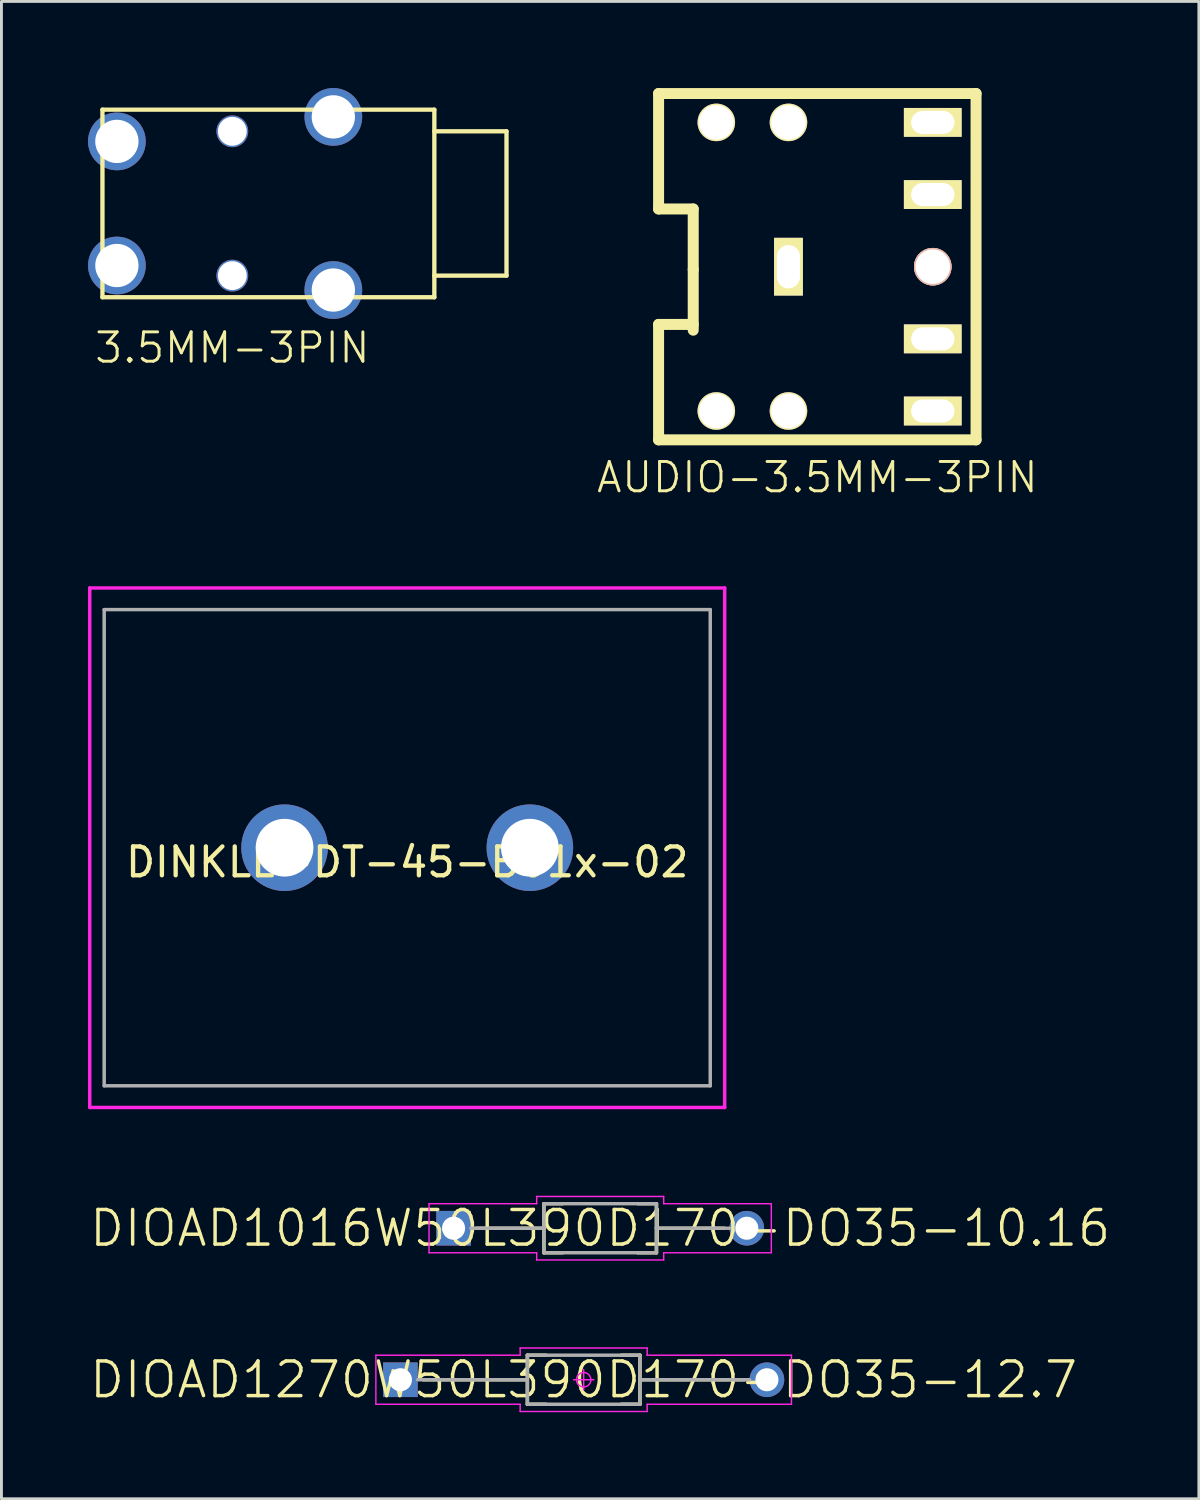
<source format=kicad_pcb>
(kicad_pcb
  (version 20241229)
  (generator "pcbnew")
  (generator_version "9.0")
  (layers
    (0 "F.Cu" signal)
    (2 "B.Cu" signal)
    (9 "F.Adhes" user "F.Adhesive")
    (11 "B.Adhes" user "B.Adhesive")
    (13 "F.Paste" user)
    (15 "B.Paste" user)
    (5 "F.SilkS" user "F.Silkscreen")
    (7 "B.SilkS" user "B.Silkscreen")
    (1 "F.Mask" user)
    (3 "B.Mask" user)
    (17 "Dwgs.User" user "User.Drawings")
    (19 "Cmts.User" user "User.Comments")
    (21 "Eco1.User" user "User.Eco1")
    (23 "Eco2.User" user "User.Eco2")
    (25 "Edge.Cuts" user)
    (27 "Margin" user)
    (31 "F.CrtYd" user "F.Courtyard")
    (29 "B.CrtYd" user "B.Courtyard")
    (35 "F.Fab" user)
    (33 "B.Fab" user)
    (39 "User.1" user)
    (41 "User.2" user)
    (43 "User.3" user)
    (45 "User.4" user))
  (footprint "DIOAD1270W50L390D170-DO35-12.7"
    (layer "F.Cu")
    (at 17.174 44.758)
    (property "Reference" "DIOAD1270W50L390D170-DO35-12.7" (at 0 0 0) (layer "F.SilkS") (effects (font (size 1.2 1.2) (thickness 0.12))))
    (attr through_hole)
    (fp_line (start -1.95 -0.85) (end -1.95 0.85) (stroke (width 0.12) (type solid)) (layer "F.SilkS"))
    (fp_line (start -1.95 0) (end -5.57 0) (stroke (width 0.12) (type solid)) (layer "F.SilkS"))
    (fp_line (start -1.95 0.85) (end -1.3 0.85) (stroke (width 0.12) (type solid)) (layer "F.SilkS"))
    (fp_line (start -1.3 -0.85) (end -1.95 -0.85) (stroke (width 0.12) (type solid)) (layer "F.SilkS"))
    (fp_line (start 1.3 -0.85) (end 1.95 -0.85) (stroke (width 0.12) (type solid)) (layer "F.SilkS"))
    (fp_line (start 1.95 -0.85) (end 1.95 0.85) (stroke (width 0.12) (type solid)) (layer "F.SilkS"))
    (fp_line (start 1.95 0) (end 5.57 0) (stroke (width 0.12) (type solid)) (layer "F.SilkS"))
    (fp_line (start 1.95 0.85) (end 1.3 0.85) (stroke (width 0.12) (type solid)) (layer "F.SilkS"))
    (fp_line (start -7.2 -0.85) (end -2.2 -0.85) (stroke (width 0.05) (type solid)) (layer "F.CrtYd"))
    (fp_line (start -7.2 0.85) (end -7.2 -0.85) (stroke (width 0.05) (type solid)) (layer "F.CrtYd"))
    (fp_line (start -2.2 -1.1) (end 2.2 -1.1) (stroke (width 0.05) (type solid)) (layer "F.CrtYd"))
    (fp_line (start -2.2 -0.85) (end -2.2 -1.1) (stroke (width 0.05) (type solid)) (layer "F.CrtYd"))
    (fp_line (start -2.2 0.85) (end -7.2 0.85) (stroke (width 0.05) (type solid)) (layer "F.CrtYd"))
    (fp_line (start -2.2 1.1) (end -2.2 0.85) (stroke (width 0.05) (type solid)) (layer "F.CrtYd"))
    (fp_line (start 0 -0.35) (end 0 0.35) (stroke (width 0.05) (type solid)) (layer "F.CrtYd"))
    (fp_line (start 0.35 0) (end -0.35 0) (stroke (width 0.05) (type solid)) (layer "F.CrtYd"))
    (fp_line (start 2.2 -1.1) (end 2.2 -0.85) (stroke (width 0.05) (type solid)) (layer "F.CrtYd"))
    (fp_line (start 2.2 -0.85) (end 7.2 -0.85) (stroke (width 0.05) (type solid)) (layer "F.CrtYd"))
    (fp_line (start 2.2 0.85) (end 2.2 1.1) (stroke (width 0.05) (type solid)) (layer "F.CrtYd"))
    (fp_line (start 2.2 1.1) (end -2.2 1.1) (stroke (width 0.05) (type solid)) (layer "F.CrtYd"))
    (fp_line (start 7.2 -0.85) (end 7.2 0.85) (stroke (width 0.05) (type solid)) (layer "F.CrtYd"))
    (fp_line (start 7.2 0.85) (end 2.2 0.85) (stroke (width 0.05) (type solid)) (layer "F.CrtYd"))
    (fp_circle (center 0 0) (end 0 0.25) (stroke (width 0.05) (type solid)) (fill no) (layer "F.CrtYd"))
    (fp_line (start -1.95 -0.85) (end 1.95 -0.85) (stroke (width 0.12) (type solid)) (layer "F.Fab"))
    (fp_line (start -1.95 0) (end -5.75 0) (stroke (width 0.12) (type solid)) (layer "F.Fab"))
    (fp_line (start -1.95 0.85) (end -1.95 -0.85) (stroke (width 0.12) (type solid)) (layer "F.Fab"))
    (fp_line (start 1.95 -0.85) (end 1.95 0.85) (stroke (width 0.12) (type solid)) (layer "F.Fab"))
    (fp_line (start 1.95 0) (end 5.75 0) (stroke (width 0.12) (type solid)) (layer "F.Fab"))
    (fp_line (start 1.95 0.85) (end -1.95 0.85) (stroke (width 0.12) (type solid)) (layer "F.Fab"))
    (pad "A" thru_hole circle (at 6.35 0) (size 1.2 1.2) (drill 0.8) (layers "*.Cu" "*.Mask"))
    (pad "C" thru_hole rect (at -6.35 0) (size 1.2 1.2) (drill 0.8) (layers "*.Cu" "*.Mask")))
  (footprint "AUDIO-3.5MM-3PIN"
    (layer "F.Cu")
    (at 24.27 6.191)
    (property "Reference" "AUDIO-3.5MM-3PIN" (at 1 7.3 0) (layer "F.SilkS") (effects (font (size 1.016 1.016) (thickness 0.102))))
    (attr through_hole)
    (fp_line (start -4.5 -2) (end -4.5 -6) (stroke (width 0.381) (type solid)) (layer "F.SilkS"))
    (fp_line (start -4.5 2) (end -4.5 6) (stroke (width 0.381) (type solid)) (layer "F.SilkS"))
    (fp_line (start -4.5 6) (end 6.5 6) (stroke (width 0.381) (type solid)) (layer "F.SilkS"))
    (fp_line (start -3.3 -2) (end -4.5 -2) (stroke (width 0.381) (type solid)) (layer "F.SilkS"))
    (fp_line (start -3.3 0.1) (end -3.3 -2) (stroke (width 0.381) (type solid)) (layer "F.SilkS"))
    (fp_line (start -3.3 0.1) (end -3.3 2.2) (stroke (width 0.381) (type solid)) (layer "F.SilkS"))
    (fp_line (start -3.3 2) (end -4.5 2) (stroke (width 0.381) (type solid)) (layer "F.SilkS"))
    (fp_line (start 6.5 -6) (end -4.5 -6) (stroke (width 0.381) (type solid)) (layer "F.SilkS"))
    (fp_line (start 6.5 6) (end 6.5 -6) (stroke (width 0.381) (type solid)) (layer "F.SilkS"))
    (pad "" thru_hole circle (at -2.5 -5) (size 1.3 1.3) (drill 1.2) (layers "*.Cu" "*.Mask" "F.SilkS"))
    (pad "" thru_hole circle (at -2.5 5) (size 1.3 1.3) (drill 1.2) (layers "*.Cu" "*.Mask" "F.SilkS"))
    (pad "" thru_hole circle (at 0 -5) (size 1.3 1.3) (drill 1.2) (layers "*.Cu" "*.Mask" "F.SilkS"))
    (pad "" thru_hole circle (at 0 5) (size 1.3 1.3) (drill 1.2) (layers "*.Cu" "*.Mask" "F.SilkS"))
    (pad "" thru_hole circle (at 5 0) (size 1.3 1.3) (drill 1.2) (layers "*.Cu" "*.SilkS" "*.Mask"))
    (pad "1" thru_hole rect (at 0 0 90) (size 2 1) (drill oval 1.5 0.8) (layers "*.Cu" "*.Mask" "F.SilkS"))
    (pad "2" thru_hole rect (at 5 5) (size 2 1) (drill oval 1.5 0.8) (layers "*.Cu" "*.Mask" "F.SilkS"))
    (pad "3" thru_hole rect (at 5 -5) (size 2 1) (drill oval 1.5 0.8) (layers "*.Cu" "*.Mask" "F.SilkS"))
    (pad "4" thru_hole rect (at 5 2.5) (size 2 1) (drill oval 1.5 0.8) (layers "*.Cu" "*.Mask" "F.SilkS"))
    (pad "5" thru_hole rect (at 5 -2.5) (size 2 1) (drill oval 1.5 0.8) (layers "*.Cu" "*.Mask" "F.SilkS")))
  (footprint "3.5MM-3PIN"
    (layer "F.Cu")
    (at 12 4)
    (property "Reference" "3.5MM-3PIN" (at -7 5 180) (layer "F.SilkS") (effects (font (size 1.016 1.016) (thickness 0.102))))
    (attr through_hole)
    (fp_line (start -11.5 -3.25) (end 0 -3.25) (stroke (width 0.15) (type solid)) (layer "F.SilkS"))
    (fp_line (start -11.5 3.25) (end -11.5 -3.25) (stroke (width 0.15) (type solid)) (layer "F.SilkS"))
    (fp_line (start 0 -3.25) (end 0 3.25) (stroke (width 0.15) (type solid)) (layer "F.SilkS"))
    (fp_line (start 0 2.5) (end 2.5 2.5) (stroke (width 0.15) (type solid)) (layer "F.SilkS"))
    (fp_line (start 0 3.25) (end -11.5 3.25) (stroke (width 0.15) (type solid)) (layer "F.SilkS"))
    (fp_line (start 2.5 -2.5) (end 0 -2.5) (stroke (width 0.15) (type solid)) (layer "F.SilkS"))
    (fp_line (start 2.5 2.5) (end 2.5 -2.5) (stroke (width 0.15) (type solid)) (layer "F.SilkS"))
    (pad "" thru_hole circle (at -7 -2.5) (size 1.1 1.1) (drill 1) (layers "*.Cu"))
    (pad "" thru_hole circle (at -7 2.5) (size 1.1 1.1) (drill 1) (layers "*.Cu"))
    (pad "1" thru_hole circle (at -11 -2.15 90) (size 2 2) (drill 1.5) (layers "*.Cu" "*.Mask"))
    (pad "2" thru_hole circle (at -11 2.15) (size 2 2) (drill 1.5) (layers "*.Cu" "*.Mask"))
    (pad "3" thru_hole circle (at -3.5 -3) (size 2 2) (drill 1.5) (layers "*.Cu" "*.Mask"))
    (pad "3" thru_hole circle (at -3.5 3) (size 2 2) (drill 1.5) (layers "*.Cu" "*.Mask")))
  (footprint "DINKLE-DT-45-B01x-02"
    (layer "F.Cu")
    (at 11.06 26.323)
    (property "Reference" "DINKLE-DT-45-B01x-02" (at 0 0.5 0) (layer "F.SilkS") (effects (font (size 1 1) (thickness 0.15))))
    (attr through_hole)
    (fp_line (start -11 -9) (end -11 9) (stroke (width 0.12) (type solid)) (layer "F.CrtYd"))
    (fp_line (start -11 9) (end 11 9) (stroke (width 0.12) (type solid)) (layer "F.CrtYd"))
    (fp_line (start 11 -9) (end -11 -9) (stroke (width 0.12) (type solid)) (layer "F.CrtYd"))
    (fp_line (start 11 9) (end 11 -9) (stroke (width 0.12) (type solid)) (layer "F.CrtYd"))
    (fp_line (start -10.5 -8.25) (end -10.5 8.25) (stroke (width 0.12) (type solid)) (layer "F.Fab"))
    (fp_line (start -10.5 -8.25) (end 10.5 -8.25) (stroke (width 0.12) (type solid)) (layer "F.Fab"))
    (fp_line (start -10.5 8.25) (end 10.5 8.25) (stroke (width 0.12) (type solid)) (layer "F.Fab"))
    (fp_line (start 10.5 8.25) (end 10.5 -8.25) (stroke (width 0.12) (type solid)) (layer "F.Fab"))
    (pad "1" thru_hole circle (at -4.25 0) (size 3 3) (drill 2) (layers "*.Cu" "*.Mask"))
    (pad "2" thru_hole circle (at 4.25 0) (size 3 3) (drill 2) (layers "*.Cu" "*.Mask")))
  (footprint "DIOAD1016W50L390D170-DO35-10.16"
    (layer "F.Cu")
    (at 17.746 39.508)
    (property "Reference" "DIOAD1016W50L390D170-DO35-10.16" (at 0 0 0) (layer "F.SilkS") (effects (font (size 1.2 1.2) (thickness 0.12))))
    (attr through_hole)
    (fp_line (start -1.95 -0.85) (end -1.95 0.85) (stroke (width 0.12) (type solid)) (layer "F.SilkS"))
    (fp_line (start -1.95 0) (end -4.3 0) (stroke (width 0.12) (type solid)) (layer "F.SilkS"))
    (fp_line (start -1.95 0.85) (end -1.3 0.85) (stroke (width 0.12) (type solid)) (layer "F.SilkS"))
    (fp_line (start -1.3 -0.85) (end -1.95 -0.85) (stroke (width 0.12) (type solid)) (layer "F.SilkS"))
    (fp_line (start 1.3 -0.85) (end 1.95 -0.85) (stroke (width 0.12) (type solid)) (layer "F.SilkS"))
    (fp_line (start 1.95 -0.85) (end 1.95 0.85) (stroke (width 0.12) (type solid)) (layer "F.SilkS"))
    (fp_line (start 1.95 0) (end 4.3 0) (stroke (width 0.12) (type solid)) (layer "F.SilkS"))
    (fp_line (start 1.95 0.85) (end 1.3 0.85) (stroke (width 0.12) (type solid)) (layer "F.SilkS"))
    (fp_line (start -5.93 -0.85) (end -2.2 -0.85) (stroke (width 0.05) (type solid)) (layer "F.CrtYd"))
    (fp_line (start -5.93 0.85) (end -5.93 -0.85) (stroke (width 0.05) (type solid)) (layer "F.CrtYd"))
    (fp_line (start -2.2 -1.1) (end 2.2 -1.1) (stroke (width 0.05) (type solid)) (layer "F.CrtYd"))
    (fp_line (start -2.2 -0.85) (end -2.2 -1.1) (stroke (width 0.05) (type solid)) (layer "F.CrtYd"))
    (fp_line (start -2.2 0.85) (end -5.93 0.85) (stroke (width 0.05) (type solid)) (layer "F.CrtYd"))
    (fp_line (start -2.2 1.1) (end -2.2 0.85) (stroke (width 0.05) (type solid)) (layer "F.CrtYd"))
    (fp_line (start 2.2 -1.1) (end 2.2 -0.85) (stroke (width 0.05) (type solid)) (layer "F.CrtYd"))
    (fp_line (start 2.2 -0.85) (end 5.93 -0.85) (stroke (width 0.05) (type solid)) (layer "F.CrtYd"))
    (fp_line (start 2.2 0.85) (end 2.2 1.1) (stroke (width 0.05) (type solid)) (layer "F.CrtYd"))
    (fp_line (start 2.2 1.1) (end -2.2 1.1) (stroke (width 0.05) (type solid)) (layer "F.CrtYd"))
    (fp_line (start 5.93 -0.85) (end 5.93 0.85) (stroke (width 0.05) (type solid)) (layer "F.CrtYd"))
    (fp_line (start 5.93 0.85) (end 2.2 0.85) (stroke (width 0.05) (type solid)) (layer "F.CrtYd"))
    (fp_line (start -1.95 -0.85) (end 1.95 -0.85) (stroke (width 0.12) (type solid)) (layer "F.Fab"))
    (fp_line (start -1.95 0) (end -4.48 0) (stroke (width 0.12) (type solid)) (layer "F.Fab"))
    (fp_line (start -1.95 0.85) (end -1.95 -0.85) (stroke (width 0.12) (type solid)) (layer "F.Fab"))
    (fp_line (start 1.95 -0.85) (end 1.95 0.85) (stroke (width 0.12) (type solid)) (layer "F.Fab"))
    (fp_line (start 1.95 0) (end 4.48 0) (stroke (width 0.12) (type solid)) (layer "F.Fab"))
    (fp_line (start 1.95 0.85) (end -1.95 0.85) (stroke (width 0.12) (type solid)) (layer "F.Fab"))
    (pad "A" thru_hole circle (at 5.08 0) (size 1.2 1.2) (drill 0.8) (layers "*.Cu" "*.Mask"))
    (pad "C" thru_hole rect (at -5.08 0) (size 1.2 1.2) (drill 0.8) (layers "*.Cu" "*.Mask")))
  (gr_rect
    (start -3 -3)
    (end 38.491 48.883)
    (stroke (width 0.1) (type default))
    (fill no)
    (layer "Edge.Cuts")))
</source>
